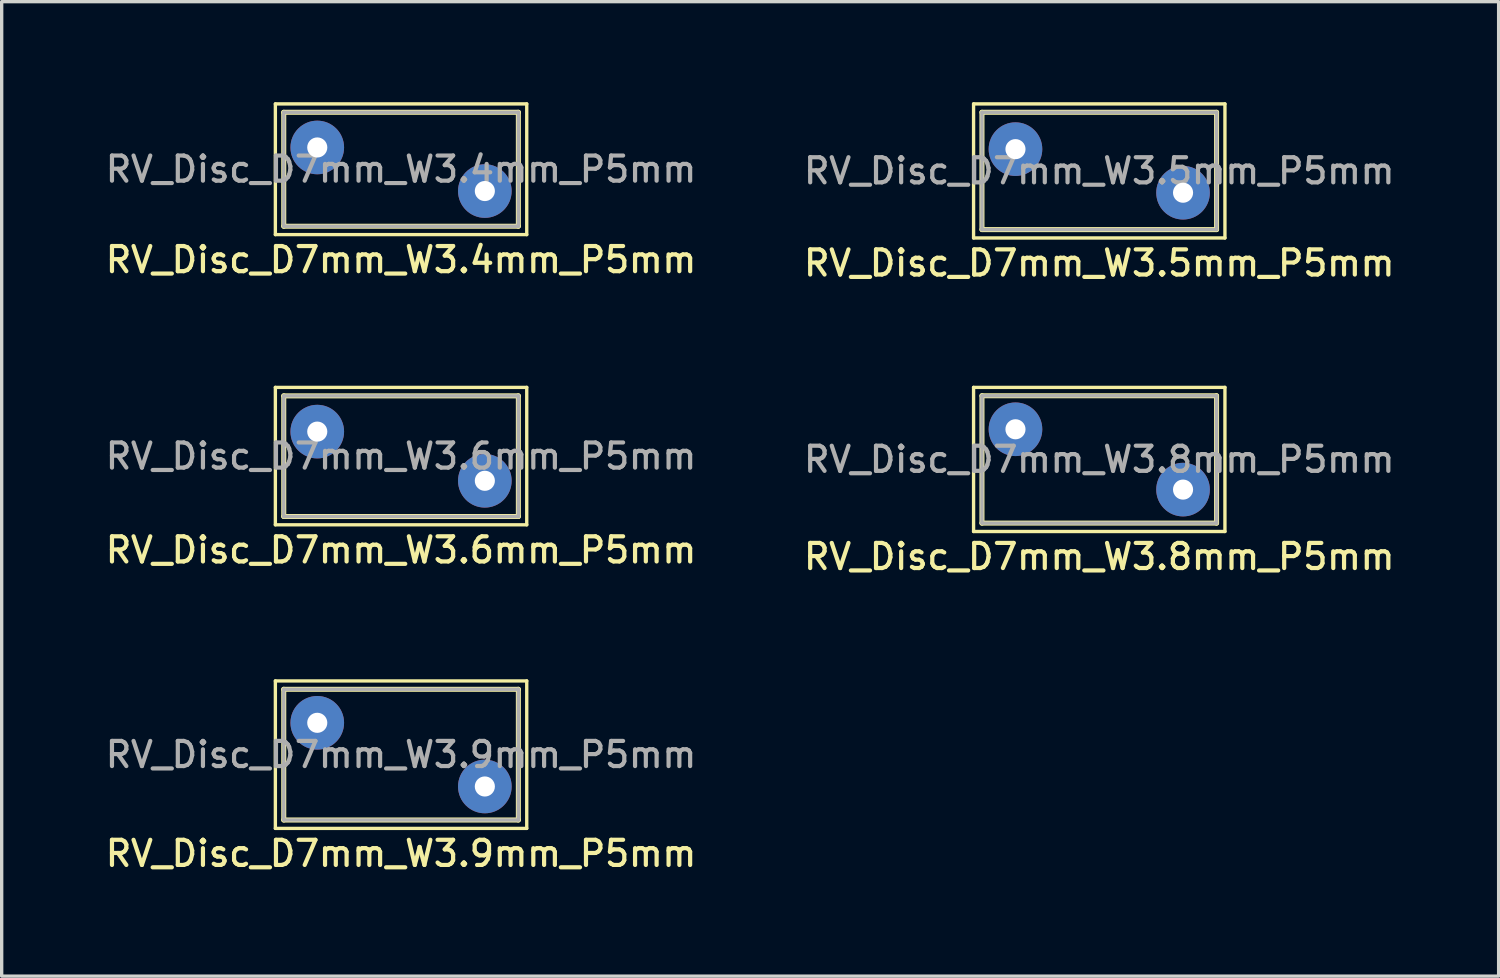
<source format=kicad_pcb>
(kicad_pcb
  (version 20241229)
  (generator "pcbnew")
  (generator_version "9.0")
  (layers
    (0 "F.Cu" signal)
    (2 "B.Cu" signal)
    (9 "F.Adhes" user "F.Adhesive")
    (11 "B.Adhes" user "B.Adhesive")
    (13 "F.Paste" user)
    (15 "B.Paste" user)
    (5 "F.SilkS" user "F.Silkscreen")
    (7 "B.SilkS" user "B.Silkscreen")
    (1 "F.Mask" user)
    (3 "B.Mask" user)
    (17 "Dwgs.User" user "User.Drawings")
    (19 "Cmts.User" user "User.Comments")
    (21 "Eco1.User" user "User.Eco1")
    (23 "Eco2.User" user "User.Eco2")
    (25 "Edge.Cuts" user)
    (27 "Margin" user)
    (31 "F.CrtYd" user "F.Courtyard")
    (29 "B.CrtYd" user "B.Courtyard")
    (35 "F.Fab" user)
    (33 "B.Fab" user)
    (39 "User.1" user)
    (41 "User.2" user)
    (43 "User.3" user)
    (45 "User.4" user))
  (footprint "RV_Disc_D7mm_W3.8mm_P5mm"
    (layer "F.Cu")
    (at 27.248 9.758)
    (property "Reference" "RV_Disc_D7mm_W3.8mm_P5mm" (at 2.5 3.8 0) (layer "F.SilkS") (effects (font (size 0.75 0.75) (thickness 0.125))))
    (attr through_hole)
    (fp_line (start -1.25 -1.25) (end -1.25 3.05) (stroke (width 0.1) (type solid)) (layer "F.SilkS"))
    (fp_line (start -1.25 -1.25) (end 6.25 -1.25) (stroke (width 0.1) (type solid)) (layer "F.SilkS"))
    (fp_line (start -1.25 3.05) (end 6.25 3.05) (stroke (width 0.1) (type solid)) (layer "F.SilkS"))
    (fp_line (start -1 -1) (end -1 2.8) (stroke (width 0.15) (type solid)) (layer "F.SilkS"))
    (fp_line (start -1 -1) (end 6 -1) (stroke (width 0.15) (type solid)) (layer "F.SilkS"))
    (fp_line (start -1 2.8) (end 6 2.8) (stroke (width 0.15) (type solid)) (layer "F.SilkS"))
    (fp_line (start 6 -1) (end 6 2.8) (stroke (width 0.15) (type solid)) (layer "F.SilkS"))
    (fp_line (start 6.25 -1.25) (end 6.25 3.05) (stroke (width 0.1) (type solid)) (layer "F.SilkS"))
    (fp_line (start -1 -1) (end -1 2.8) (stroke (width 0.1) (type solid)) (layer "F.Fab"))
    (fp_line (start -1 -1) (end 6 -1) (stroke (width 0.1) (type solid)) (layer "F.Fab"))
    (fp_line (start -1 2.8) (end 6 2.8) (stroke (width 0.1) (type solid)) (layer "F.Fab"))
    (fp_line (start 6 -1) (end 6 2.8) (stroke (width 0.1) (type solid)) (layer "F.Fab"))
    (fp_text user "${REFERENCE}" (at 2.5 0.9 0) (layer "F.Fab") (effects (font (size 0.75 0.75) (thickness 0.125))))
    (pad "1" thru_hole circle (at 0 0) (size 1.6 1.6) (drill 0.6) (layers "*.Cu" "*.Mask"))
    (pad "2" thru_hole circle (at 5 1.8) (size 1.6 1.6) (drill 0.6) (layers "*.Cu" "*.Mask")))
  (footprint "RV_Disc_D7mm_W3.4mm_P5mm"
    (layer "F.Cu")
    (at 6.416 1.35)
    (property "Reference" "RV_Disc_D7mm_W3.4mm_P5mm" (at 2.5 3.35 0) (layer "F.SilkS") (effects (font (size 0.75 0.75) (thickness 0.125))))
    (attr through_hole)
    (fp_line (start -1.25 -1.3) (end -1.25 2.6) (stroke (width 0.1) (type solid)) (layer "F.SilkS"))
    (fp_line (start -1.25 -1.3) (end 6.25 -1.3) (stroke (width 0.1) (type solid)) (layer "F.SilkS"))
    (fp_line (start -1.25 2.6) (end 6.25 2.6) (stroke (width 0.1) (type solid)) (layer "F.SilkS"))
    (fp_line (start -1 -1.05) (end -1 2.35) (stroke (width 0.15) (type solid)) (layer "F.SilkS"))
    (fp_line (start -1 -1.05) (end 6 -1.05) (stroke (width 0.15) (type solid)) (layer "F.SilkS"))
    (fp_line (start -1 2.35) (end 6 2.35) (stroke (width 0.15) (type solid)) (layer "F.SilkS"))
    (fp_line (start 6 -1.05) (end 6 2.35) (stroke (width 0.15) (type solid)) (layer "F.SilkS"))
    (fp_line (start 6.25 -1.3) (end 6.25 2.6) (stroke (width 0.1) (type solid)) (layer "F.SilkS"))
    (fp_line (start -1 -1.05) (end -1 2.35) (stroke (width 0.1) (type solid)) (layer "F.Fab"))
    (fp_line (start -1 -1.05) (end 6 -1.05) (stroke (width 0.1) (type solid)) (layer "F.Fab"))
    (fp_line (start -1 2.35) (end 6 2.35) (stroke (width 0.1) (type solid)) (layer "F.Fab"))
    (fp_line (start 6 -1.05) (end 6 2.35) (stroke (width 0.1) (type solid)) (layer "F.Fab"))
    (fp_text user "${REFERENCE}" (at 2.5 0.65 0) (layer "F.Fab") (effects (font (size 0.75 0.75) (thickness 0.125))))
    (pad "1" thru_hole circle (at 0 0) (size 1.6 1.6) (drill 0.6) (layers "*.Cu" "*.Mask"))
    (pad "2" thru_hole circle (at 5 1.3) (size 1.6 1.6) (drill 0.6) (layers "*.Cu" "*.Mask")))
  (footprint "RV_Disc_D7mm_W3.5mm_P5mm"
    (layer "F.Cu")
    (at 27.248 1.4)
    (property "Reference" "RV_Disc_D7mm_W3.5mm_P5mm" (at 2.5 3.4 0) (layer "F.SilkS") (effects (font (size 0.75 0.75) (thickness 0.125))))
    (attr through_hole)
    (fp_line (start -1.25 -1.35) (end -1.25 2.65) (stroke (width 0.1) (type solid)) (layer "F.SilkS"))
    (fp_line (start -1.25 -1.35) (end 6.25 -1.35) (stroke (width 0.1) (type solid)) (layer "F.SilkS"))
    (fp_line (start -1.25 2.65) (end 6.25 2.65) (stroke (width 0.1) (type solid)) (layer "F.SilkS"))
    (fp_line (start -1 -1.1) (end -1 2.4) (stroke (width 0.15) (type solid)) (layer "F.SilkS"))
    (fp_line (start -1 -1.1) (end 6 -1.1) (stroke (width 0.15) (type solid)) (layer "F.SilkS"))
    (fp_line (start -1 2.4) (end 6 2.4) (stroke (width 0.15) (type solid)) (layer "F.SilkS"))
    (fp_line (start 6 -1.1) (end 6 2.4) (stroke (width 0.15) (type solid)) (layer "F.SilkS"))
    (fp_line (start 6.25 -1.35) (end 6.25 2.65) (stroke (width 0.1) (type solid)) (layer "F.SilkS"))
    (fp_line (start -1 -1.1) (end -1 2.4) (stroke (width 0.1) (type solid)) (layer "F.Fab"))
    (fp_line (start -1 -1.1) (end 6 -1.1) (stroke (width 0.1) (type solid)) (layer "F.Fab"))
    (fp_line (start -1 2.4) (end 6 2.4) (stroke (width 0.1) (type solid)) (layer "F.Fab"))
    (fp_line (start 6 -1.1) (end 6 2.4) (stroke (width 0.1) (type solid)) (layer "F.Fab"))
    (fp_text user "${REFERENCE}" (at 2.5 0.65 0) (layer "F.Fab") (effects (font (size 0.75 0.75) (thickness 0.125))))
    (pad "1" thru_hole circle (at 0 0) (size 1.6 1.6) (drill 0.6) (layers "*.Cu" "*.Mask"))
    (pad "2" thru_hole circle (at 5 1.3) (size 1.6 1.6) (drill 0.6) (layers "*.Cu" "*.Mask")))
  (footprint "RV_Disc_D7mm_W3.9mm_P5mm"
    (layer "F.Cu")
    (at 6.416 18.516)
    (property "Reference" "RV_Disc_D7mm_W3.9mm_P5mm" (at 2.5 3.9 0) (layer "F.SilkS") (effects (font (size 0.75 0.75) (thickness 0.125))))
    (attr through_hole)
    (fp_line (start -1.25 -1.25) (end -1.25 3.15) (stroke (width 0.1) (type solid)) (layer "F.SilkS"))
    (fp_line (start -1.25 -1.25) (end 6.25 -1.25) (stroke (width 0.1) (type solid)) (layer "F.SilkS"))
    (fp_line (start -1.25 3.15) (end 6.25 3.15) (stroke (width 0.1) (type solid)) (layer "F.SilkS"))
    (fp_line (start -1 -1) (end -1 2.9) (stroke (width 0.15) (type solid)) (layer "F.SilkS"))
    (fp_line (start -1 -1) (end 6 -1) (stroke (width 0.15) (type solid)) (layer "F.SilkS"))
    (fp_line (start -1 2.9) (end 6 2.9) (stroke (width 0.15) (type solid)) (layer "F.SilkS"))
    (fp_line (start 6 -1) (end 6 2.9) (stroke (width 0.15) (type solid)) (layer "F.SilkS"))
    (fp_line (start 6.25 -1.25) (end 6.25 3.15) (stroke (width 0.1) (type solid)) (layer "F.SilkS"))
    (fp_line (start -1 -1) (end -1 2.9) (stroke (width 0.1) (type solid)) (layer "F.Fab"))
    (fp_line (start -1 -1) (end 6 -1) (stroke (width 0.1) (type solid)) (layer "F.Fab"))
    (fp_line (start -1 2.9) (end 6 2.9) (stroke (width 0.1) (type solid)) (layer "F.Fab"))
    (fp_line (start 6 -1) (end 6 2.9) (stroke (width 0.1) (type solid)) (layer "F.Fab"))
    (fp_text user "${REFERENCE}" (at 2.5 0.95 0) (layer "F.Fab") (effects (font (size 0.75 0.75) (thickness 0.125))))
    (pad "1" thru_hole circle (at 0 0) (size 1.6 1.6) (drill 0.6) (layers "*.Cu" "*.Mask"))
    (pad "2" thru_hole circle (at 5 1.9) (size 1.6 1.6) (drill 0.6) (layers "*.Cu" "*.Mask")))
  (footprint "RV_Disc_D7mm_W3.6mm_P5mm"
    (layer "F.Cu")
    (at 6.416 9.828)
    (property "Reference" "RV_Disc_D7mm_W3.6mm_P5mm" (at 2.5 3.533 0) (layer "F.SilkS") (effects (font (size 0.75 0.75) (thickness 0.125))))
    (attr through_hole)
    (fp_line (start -1.25 -1.32) (end -1.25 2.78) (stroke (width 0.1) (type solid)) (layer "F.SilkS"))
    (fp_line (start -1.25 -1.32) (end 6.25 -1.32) (stroke (width 0.1) (type solid)) (layer "F.SilkS"))
    (fp_line (start -1.25 2.78) (end 6.25 2.78) (stroke (width 0.1) (type solid)) (layer "F.SilkS"))
    (fp_line (start -1 -1.067) (end -1 2.533) (stroke (width 0.15) (type solid)) (layer "F.SilkS"))
    (fp_line (start -1 -1.067) (end 6 -1.067) (stroke (width 0.15) (type solid)) (layer "F.SilkS"))
    (fp_line (start -1 2.533) (end 6 2.533) (stroke (width 0.15) (type solid)) (layer "F.SilkS"))
    (fp_line (start 6 -1.067) (end 6 2.533) (stroke (width 0.15) (type solid)) (layer "F.SilkS"))
    (fp_line (start 6.25 -1.32) (end 6.25 2.78) (stroke (width 0.1) (type solid)) (layer "F.SilkS"))
    (fp_line (start -1 -1.067) (end -1 2.533) (stroke (width 0.1) (type solid)) (layer "F.Fab"))
    (fp_line (start -1 -1.067) (end 6 -1.067) (stroke (width 0.1) (type solid)) (layer "F.Fab"))
    (fp_line (start -1 2.533) (end 6 2.533) (stroke (width 0.1) (type solid)) (layer "F.Fab"))
    (fp_line (start 6 -1.067) (end 6 2.533) (stroke (width 0.1) (type solid)) (layer "F.Fab"))
    (fp_text user "${REFERENCE}" (at 2.5 0.733 0) (layer "F.Fab") (effects (font (size 0.75 0.75) (thickness 0.125))))
    (pad "1" thru_hole circle (at 0 0) (size 1.6 1.6) (drill 0.6) (layers "*.Cu" "*.Mask"))
    (pad "2" thru_hole circle (at 5 1.467) (size 1.6 1.6) (drill 0.6) (layers "*.Cu" "*.Mask")))
  (gr_rect
    (start -3 -3)
    (end 41.664 26.074)
    (stroke (width 0.1) (type default))
    (fill no)
    (layer "Edge.Cuts")))
</source>
